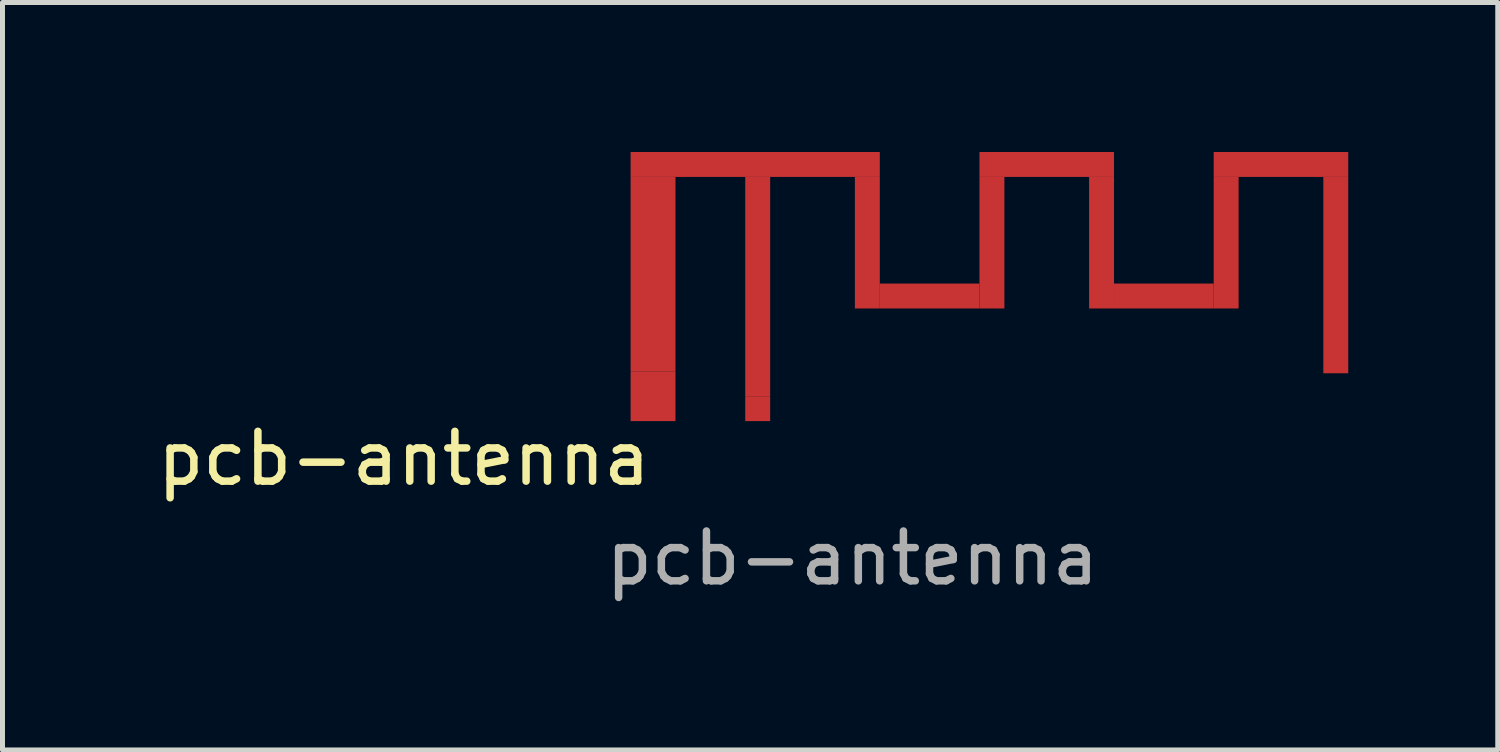
<source format=kicad_pcb>
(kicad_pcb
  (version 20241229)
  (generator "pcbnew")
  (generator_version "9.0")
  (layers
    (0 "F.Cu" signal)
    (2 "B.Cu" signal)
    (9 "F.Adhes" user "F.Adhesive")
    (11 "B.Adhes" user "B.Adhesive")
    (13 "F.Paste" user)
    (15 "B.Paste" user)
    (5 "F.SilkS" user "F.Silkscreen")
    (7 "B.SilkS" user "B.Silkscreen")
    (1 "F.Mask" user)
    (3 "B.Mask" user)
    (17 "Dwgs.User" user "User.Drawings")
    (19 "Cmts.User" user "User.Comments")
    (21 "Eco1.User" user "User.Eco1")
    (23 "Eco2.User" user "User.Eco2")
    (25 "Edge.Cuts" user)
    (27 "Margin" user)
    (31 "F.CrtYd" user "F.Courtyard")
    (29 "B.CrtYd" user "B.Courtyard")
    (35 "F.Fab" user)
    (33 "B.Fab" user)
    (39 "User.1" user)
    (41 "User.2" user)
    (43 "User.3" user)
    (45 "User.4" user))
  (footprint "pcb-antenna"
    (layer "F.Cu")
    (at 10.054 5.15)
    (property "Reference" "pcb-antenna" (at -5 1 0) (unlocked yes) (layer "F.SilkS") (effects (font (size 1 1) (thickness 0.15))))
    (fp_rect (start -0.45 -5.15) (end 4.55 -4.65) (stroke (width 0) (type solid)) (fill yes) (layer "F.Cu"))
    (fp_rect (start -0.45 -0.75) (end 0.45 -4.65) (stroke (width 0) (type solid)) (fill yes) (layer "F.Cu"))
    (fp_rect (start 1.85 -0.25) (end 2.35 -4.65) (stroke (width 0) (type solid)) (fill yes) (layer "F.Cu"))
    (fp_rect (start 4.55 -4.65) (end 4.05 -2.01) (stroke (width 0) (type solid)) (fill yes) (layer "F.Cu"))
    (fp_rect (start 4.55 -2.01) (end 6.55 -2.51) (stroke (width 0) (type solid)) (fill yes) (layer "F.Cu"))
    (fp_rect (start 6.55 -4.65) (end 9.25 -5.15) (stroke (width 0) (type solid)) (fill yes) (layer "F.Cu"))
    (fp_rect (start 6.55 -2.01) (end 7.05 -4.65) (stroke (width 0) (type solid)) (fill yes) (layer "F.Cu"))
    (fp_rect (start 9.25 -4.65) (end 8.75 -2.01) (stroke (width 0) (type solid)) (fill yes) (layer "F.Cu"))
    (fp_rect (start 9.25 -2.01) (end 11.25 -2.51) (stroke (width 0) (type solid)) (fill yes) (layer "F.Cu"))
    (fp_rect (start 11.25 -4.65) (end 13.95 -5.15) (stroke (width 0) (type solid)) (fill yes) (layer "F.Cu"))
    (fp_rect (start 11.25 -2.01) (end 11.75 -4.65) (stroke (width 0) (type solid)) (fill yes) (layer "F.Cu"))
    (fp_rect (start 13.95 -4.65) (end 13.45 -0.71) (stroke (width 0) (type solid)) (fill yes) (layer "F.Cu"))
    (fp_text user "${REFERENCE}" (at 4 3 0) (unlocked yes) (layer "F.Fab") (effects (font (size 1 1) (thickness 0.15))))
    (pad "1" smd rect (at 2.1 0) (size 0.5 0.5) (layers "F.Cu" "F.Mask" "F.Paste"))
    (pad "2" smd rect (at 0 -0.25) (size 0.9 1) (layers "F.Cu" "F.Mask" "F.Paste")))
  (gr_rect
    (start -3 -3)
    (end 27.004 11.998)
    (stroke (width 0.1) (type default))
    (fill no)
    (layer "Edge.Cuts")))
</source>
